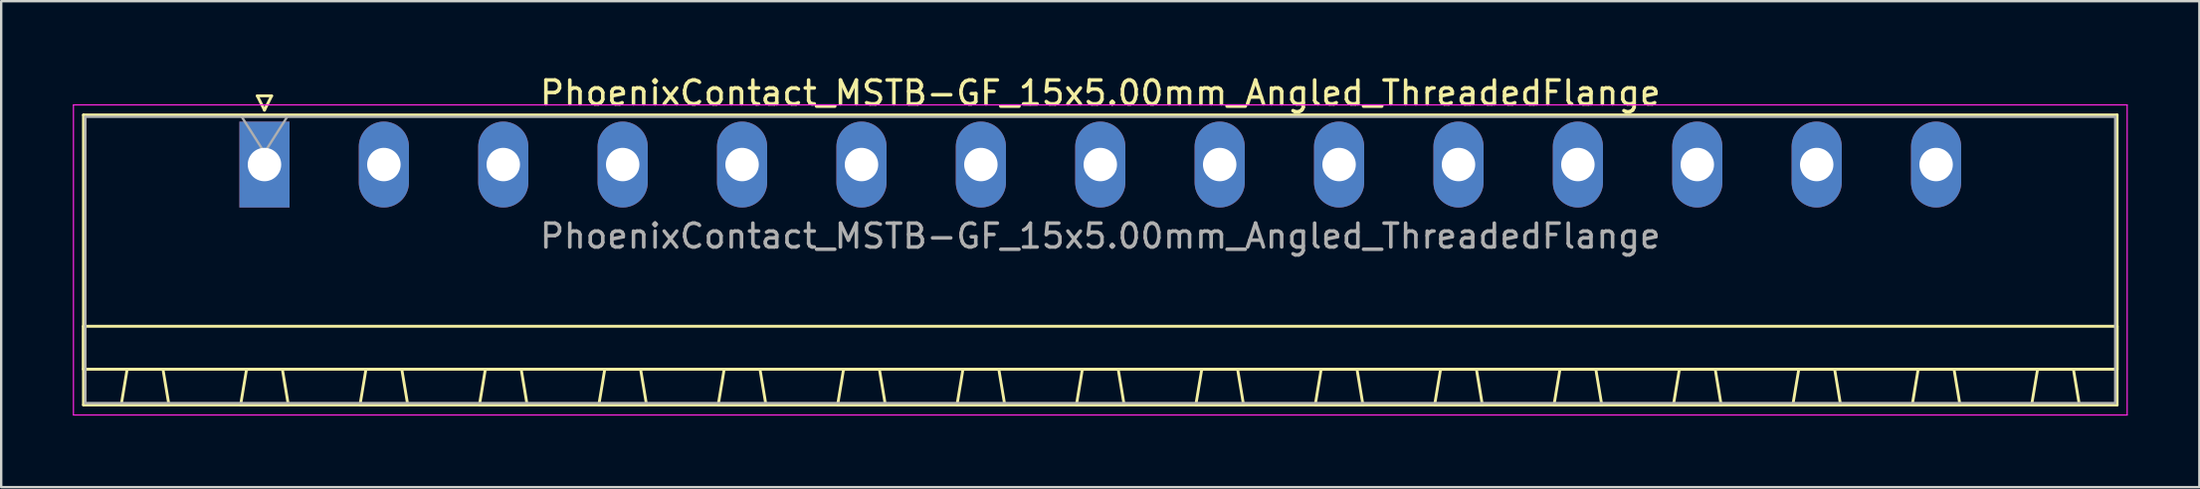
<source format=kicad_pcb>
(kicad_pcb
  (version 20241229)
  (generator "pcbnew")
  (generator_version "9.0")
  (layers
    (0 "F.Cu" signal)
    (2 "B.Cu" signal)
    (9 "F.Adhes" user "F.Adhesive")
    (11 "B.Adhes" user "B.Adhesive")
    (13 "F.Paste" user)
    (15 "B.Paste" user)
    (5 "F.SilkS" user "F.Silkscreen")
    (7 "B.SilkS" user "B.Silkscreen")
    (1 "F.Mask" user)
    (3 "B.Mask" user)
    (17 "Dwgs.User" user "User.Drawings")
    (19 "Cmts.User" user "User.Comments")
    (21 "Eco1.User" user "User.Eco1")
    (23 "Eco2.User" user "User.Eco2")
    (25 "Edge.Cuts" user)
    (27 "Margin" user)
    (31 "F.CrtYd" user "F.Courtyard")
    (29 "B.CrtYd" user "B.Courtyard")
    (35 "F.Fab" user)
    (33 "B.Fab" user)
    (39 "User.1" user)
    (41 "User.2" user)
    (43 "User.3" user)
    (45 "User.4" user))
  (footprint "PhoenixContact_MSTB-GF_15x5.00mm_Angled_ThreadedFlange"
    (layer "F.Cu")
    (at 8.025 3.848)
    (property "Reference" "PhoenixContact_MSTB-GF_15x5.00mm_Angled_ThreadedFlange" (at 35 -3 0) (layer "F.SilkS") (effects (font (size 1 1) (thickness 0.15))))
    (attr through_hole)
    (fp_line (start -7.58 -2.08) (end -7.58 10.08) (stroke (width 0.12) (type solid)) (layer "F.SilkS"))
    (fp_line (start -7.58 6.78) (end 77.58 6.78) (stroke (width 0.12) (type solid)) (layer "F.SilkS"))
    (fp_line (start -7.58 8.58) (end -7.58 6.78) (stroke (width 0.12) (type solid)) (layer "F.SilkS"))
    (fp_line (start -7.58 10.08) (end 77.58 10.08) (stroke (width 0.12) (type solid)) (layer "F.SilkS"))
    (fp_line (start -6 10.08) (end -4 10.08) (stroke (width 0.12) (type solid)) (layer "F.SilkS"))
    (fp_line (start -5.75 8.58) (end -6 10.08) (stroke (width 0.12) (type solid)) (layer "F.SilkS"))
    (fp_line (start -4.25 8.58) (end -5.75 8.58) (stroke (width 0.12) (type solid)) (layer "F.SilkS"))
    (fp_line (start -4 10.08) (end -4.25 8.58) (stroke (width 0.12) (type solid)) (layer "F.SilkS"))
    (fp_line (start -1 10.08) (end 1 10.08) (stroke (width 0.12) (type solid)) (layer "F.SilkS"))
    (fp_line (start -0.75 8.58) (end -1 10.08) (stroke (width 0.12) (type solid)) (layer "F.SilkS"))
    (fp_line (start -0.3 -2.88) (end 0.3 -2.88) (stroke (width 0.12) (type solid)) (layer "F.SilkS"))
    (fp_line (start 0 -2.28) (end -0.3 -2.88) (stroke (width 0.12) (type solid)) (layer "F.SilkS"))
    (fp_line (start 0.3 -2.88) (end 0 -2.28) (stroke (width 0.12) (type solid)) (layer "F.SilkS"))
    (fp_line (start 0.75 8.58) (end -0.75 8.58) (stroke (width 0.12) (type solid)) (layer "F.SilkS"))
    (fp_line (start 1 10.08) (end 0.75 8.58) (stroke (width 0.12) (type solid)) (layer "F.SilkS"))
    (fp_line (start 4 10.08) (end 6 10.08) (stroke (width 0.12) (type solid)) (layer "F.SilkS"))
    (fp_line (start 4.25 8.58) (end 4 10.08) (stroke (width 0.12) (type solid)) (layer "F.SilkS"))
    (fp_line (start 5.75 8.58) (end 4.25 8.58) (stroke (width 0.12) (type solid)) (layer "F.SilkS"))
    (fp_line (start 6 10.08) (end 5.75 8.58) (stroke (width 0.12) (type solid)) (layer "F.SilkS"))
    (fp_line (start 9 10.08) (end 11 10.08) (stroke (width 0.12) (type solid)) (layer "F.SilkS"))
    (fp_line (start 9.25 8.58) (end 9 10.08) (stroke (width 0.12) (type solid)) (layer "F.SilkS"))
    (fp_line (start 10.75 8.58) (end 9.25 8.58) (stroke (width 0.12) (type solid)) (layer "F.SilkS"))
    (fp_line (start 11 10.08) (end 10.75 8.58) (stroke (width 0.12) (type solid)) (layer "F.SilkS"))
    (fp_line (start 14 10.08) (end 16 10.08) (stroke (width 0.12) (type solid)) (layer "F.SilkS"))
    (fp_line (start 14.25 8.58) (end 14 10.08) (stroke (width 0.12) (type solid)) (layer "F.SilkS"))
    (fp_line (start 15.75 8.58) (end 14.25 8.58) (stroke (width 0.12) (type solid)) (layer "F.SilkS"))
    (fp_line (start 16 10.08) (end 15.75 8.58) (stroke (width 0.12) (type solid)) (layer "F.SilkS"))
    (fp_line (start 19 10.08) (end 21 10.08) (stroke (width 0.12) (type solid)) (layer "F.SilkS"))
    (fp_line (start 19.25 8.58) (end 19 10.08) (stroke (width 0.12) (type solid)) (layer "F.SilkS"))
    (fp_line (start 20.75 8.58) (end 19.25 8.58) (stroke (width 0.12) (type solid)) (layer "F.SilkS"))
    (fp_line (start 21 10.08) (end 20.75 8.58) (stroke (width 0.12) (type solid)) (layer "F.SilkS"))
    (fp_line (start 24 10.08) (end 26 10.08) (stroke (width 0.12) (type solid)) (layer "F.SilkS"))
    (fp_line (start 24.25 8.58) (end 24 10.08) (stroke (width 0.12) (type solid)) (layer "F.SilkS"))
    (fp_line (start 25.75 8.58) (end 24.25 8.58) (stroke (width 0.12) (type solid)) (layer "F.SilkS"))
    (fp_line (start 26 10.08) (end 25.75 8.58) (stroke (width 0.12) (type solid)) (layer "F.SilkS"))
    (fp_line (start 29 10.08) (end 31 10.08) (stroke (width 0.12) (type solid)) (layer "F.SilkS"))
    (fp_line (start 29.25 8.58) (end 29 10.08) (stroke (width 0.12) (type solid)) (layer "F.SilkS"))
    (fp_line (start 30.75 8.58) (end 29.25 8.58) (stroke (width 0.12) (type solid)) (layer "F.SilkS"))
    (fp_line (start 31 10.08) (end 30.75 8.58) (stroke (width 0.12) (type solid)) (layer "F.SilkS"))
    (fp_line (start 34 10.08) (end 36 10.08) (stroke (width 0.12) (type solid)) (layer "F.SilkS"))
    (fp_line (start 34.25 8.58) (end 34 10.08) (stroke (width 0.12) (type solid)) (layer "F.SilkS"))
    (fp_line (start 35.75 8.58) (end 34.25 8.58) (stroke (width 0.12) (type solid)) (layer "F.SilkS"))
    (fp_line (start 36 10.08) (end 35.75 8.58) (stroke (width 0.12) (type solid)) (layer "F.SilkS"))
    (fp_line (start 39 10.08) (end 41 10.08) (stroke (width 0.12) (type solid)) (layer "F.SilkS"))
    (fp_line (start 39.25 8.58) (end 39 10.08) (stroke (width 0.12) (type solid)) (layer "F.SilkS"))
    (fp_line (start 40.75 8.58) (end 39.25 8.58) (stroke (width 0.12) (type solid)) (layer "F.SilkS"))
    (fp_line (start 41 10.08) (end 40.75 8.58) (stroke (width 0.12) (type solid)) (layer "F.SilkS"))
    (fp_line (start 44 10.08) (end 46 10.08) (stroke (width 0.12) (type solid)) (layer "F.SilkS"))
    (fp_line (start 44.25 8.58) (end 44 10.08) (stroke (width 0.12) (type solid)) (layer "F.SilkS"))
    (fp_line (start 45.75 8.58) (end 44.25 8.58) (stroke (width 0.12) (type solid)) (layer "F.SilkS"))
    (fp_line (start 46 10.08) (end 45.75 8.58) (stroke (width 0.12) (type solid)) (layer "F.SilkS"))
    (fp_line (start 49 10.08) (end 51 10.08) (stroke (width 0.12) (type solid)) (layer "F.SilkS"))
    (fp_line (start 49.25 8.58) (end 49 10.08) (stroke (width 0.12) (type solid)) (layer "F.SilkS"))
    (fp_line (start 50.75 8.58) (end 49.25 8.58) (stroke (width 0.12) (type solid)) (layer "F.SilkS"))
    (fp_line (start 51 10.08) (end 50.75 8.58) (stroke (width 0.12) (type solid)) (layer "F.SilkS"))
    (fp_line (start 54 10.08) (end 56 10.08) (stroke (width 0.12) (type solid)) (layer "F.SilkS"))
    (fp_line (start 54.25 8.58) (end 54 10.08) (stroke (width 0.12) (type solid)) (layer "F.SilkS"))
    (fp_line (start 55.75 8.58) (end 54.25 8.58) (stroke (width 0.12) (type solid)) (layer "F.SilkS"))
    (fp_line (start 56 10.08) (end 55.75 8.58) (stroke (width 0.12) (type solid)) (layer "F.SilkS"))
    (fp_line (start 59 10.08) (end 61 10.08) (stroke (width 0.12) (type solid)) (layer "F.SilkS"))
    (fp_line (start 59.25 8.58) (end 59 10.08) (stroke (width 0.12) (type solid)) (layer "F.SilkS"))
    (fp_line (start 60.75 8.58) (end 59.25 8.58) (stroke (width 0.12) (type solid)) (layer "F.SilkS"))
    (fp_line (start 61 10.08) (end 60.75 8.58) (stroke (width 0.12) (type solid)) (layer "F.SilkS"))
    (fp_line (start 64 10.08) (end 66 10.08) (stroke (width 0.12) (type solid)) (layer "F.SilkS"))
    (fp_line (start 64.25 8.58) (end 64 10.08) (stroke (width 0.12) (type solid)) (layer "F.SilkS"))
    (fp_line (start 65.75 8.58) (end 64.25 8.58) (stroke (width 0.12) (type solid)) (layer "F.SilkS"))
    (fp_line (start 66 10.08) (end 65.75 8.58) (stroke (width 0.12) (type solid)) (layer "F.SilkS"))
    (fp_line (start 69 10.08) (end 71 10.08) (stroke (width 0.12) (type solid)) (layer "F.SilkS"))
    (fp_line (start 69.25 8.58) (end 69 10.08) (stroke (width 0.12) (type solid)) (layer "F.SilkS"))
    (fp_line (start 70.75 8.58) (end 69.25 8.58) (stroke (width 0.12) (type solid)) (layer "F.SilkS"))
    (fp_line (start 71 10.08) (end 70.75 8.58) (stroke (width 0.12) (type solid)) (layer "F.SilkS"))
    (fp_line (start 74 10.08) (end 76 10.08) (stroke (width 0.12) (type solid)) (layer "F.SilkS"))
    (fp_line (start 74.25 8.58) (end 74 10.08) (stroke (width 0.12) (type solid)) (layer "F.SilkS"))
    (fp_line (start 75.75 8.58) (end 74.25 8.58) (stroke (width 0.12) (type solid)) (layer "F.SilkS"))
    (fp_line (start 76 10.08) (end 75.75 8.58) (stroke (width 0.12) (type solid)) (layer "F.SilkS"))
    (fp_line (start 77.58 -2.08) (end -7.58 -2.08) (stroke (width 0.12) (type solid)) (layer "F.SilkS"))
    (fp_line (start 77.58 6.78) (end 77.58 8.58) (stroke (width 0.12) (type solid)) (layer "F.SilkS"))
    (fp_line (start 77.58 8.58) (end -7.58 8.58) (stroke (width 0.12) (type solid)) (layer "F.SilkS"))
    (fp_line (start 77.58 10.08) (end 77.58 -2.08) (stroke (width 0.12) (type solid)) (layer "F.SilkS"))
    (fp_line (start -8 -2.5) (end -8 10.5) (stroke (width 0.05) (type solid)) (layer "F.CrtYd"))
    (fp_line (start -8 10.5) (end 78 10.5) (stroke (width 0.05) (type solid)) (layer "F.CrtYd"))
    (fp_line (start 78 -2.5) (end -8 -2.5) (stroke (width 0.05) (type solid)) (layer "F.CrtYd"))
    (fp_line (start 78 10.5) (end 78 -2.5) (stroke (width 0.05) (type solid)) (layer "F.CrtYd"))
    (fp_line (start -7.5 -2) (end -7.5 10) (stroke (width 0.1) (type solid)) (layer "F.Fab"))
    (fp_line (start -7.5 10) (end 77.5 10) (stroke (width 0.1) (type solid)) (layer "F.Fab"))
    (fp_line (start 0 -0.5) (end -0.95 -2) (stroke (width 0.1) (type solid)) (layer "F.Fab"))
    (fp_line (start 0.95 -2) (end 0 -0.5) (stroke (width 0.1) (type solid)) (layer "F.Fab"))
    (fp_line (start 77.5 -2) (end -7.5 -2) (stroke (width 0.1) (type solid)) (layer "F.Fab"))
    (fp_line (start 77.5 10) (end 77.5 -2) (stroke (width 0.1) (type solid)) (layer "F.Fab"))
    (fp_text user "${REFERENCE}" (at 35 3 0) (layer "F.Fab") (effects (font (size 1 1) (thickness 0.15))))
    (pad "1" thru_hole rect (at 0 0) (size 2.1 3.6) (drill 1.4) (layers "*.Cu" "*.Mask"))
    (pad "2" thru_hole oval (at 5 0) (size 2.1 3.6) (drill 1.4) (layers "*.Cu" "*.Mask"))
    (pad "3" thru_hole oval (at 10 0) (size 2.1 3.6) (drill 1.4) (layers "*.Cu" "*.Mask"))
    (pad "4" thru_hole oval (at 15 0) (size 2.1 3.6) (drill 1.4) (layers "*.Cu" "*.Mask"))
    (pad "5" thru_hole oval (at 20 0) (size 2.1 3.6) (drill 1.4) (layers "*.Cu" "*.Mask"))
    (pad "6" thru_hole oval (at 25 0) (size 2.1 3.6) (drill 1.4) (layers "*.Cu" "*.Mask"))
    (pad "7" thru_hole oval (at 30 0) (size 2.1 3.6) (drill 1.4) (layers "*.Cu" "*.Mask"))
    (pad "8" thru_hole oval (at 35 0) (size 2.1 3.6) (drill 1.4) (layers "*.Cu" "*.Mask"))
    (pad "9" thru_hole oval (at 40 0) (size 2.1 3.6) (drill 1.4) (layers "*.Cu" "*.Mask"))
    (pad "10" thru_hole oval (at 45 0) (size 2.1 3.6) (drill 1.4) (layers "*.Cu" "*.Mask"))
    (pad "11" thru_hole oval (at 50 0) (size 2.1 3.6) (drill 1.4) (layers "*.Cu" "*.Mask"))
    (pad "12" thru_hole oval (at 55 0) (size 2.1 3.6) (drill 1.4) (layers "*.Cu" "*.Mask"))
    (pad "13" thru_hole oval (at 60 0) (size 2.1 3.6) (drill 1.4) (layers "*.Cu" "*.Mask"))
    (pad "14" thru_hole oval (at 65 0) (size 2.1 3.6) (drill 1.4) (layers "*.Cu" "*.Mask"))
    (pad "15" thru_hole oval (at 70 0) (size 2.1 3.6) (drill 1.4) (layers "*.Cu" "*.Mask")))
  (gr_rect
    (start -3 -3)
    (end 89.05 17.373)
    (stroke (width 0.1) (type default))
    (fill no)
    (layer "Edge.Cuts")))
</source>
